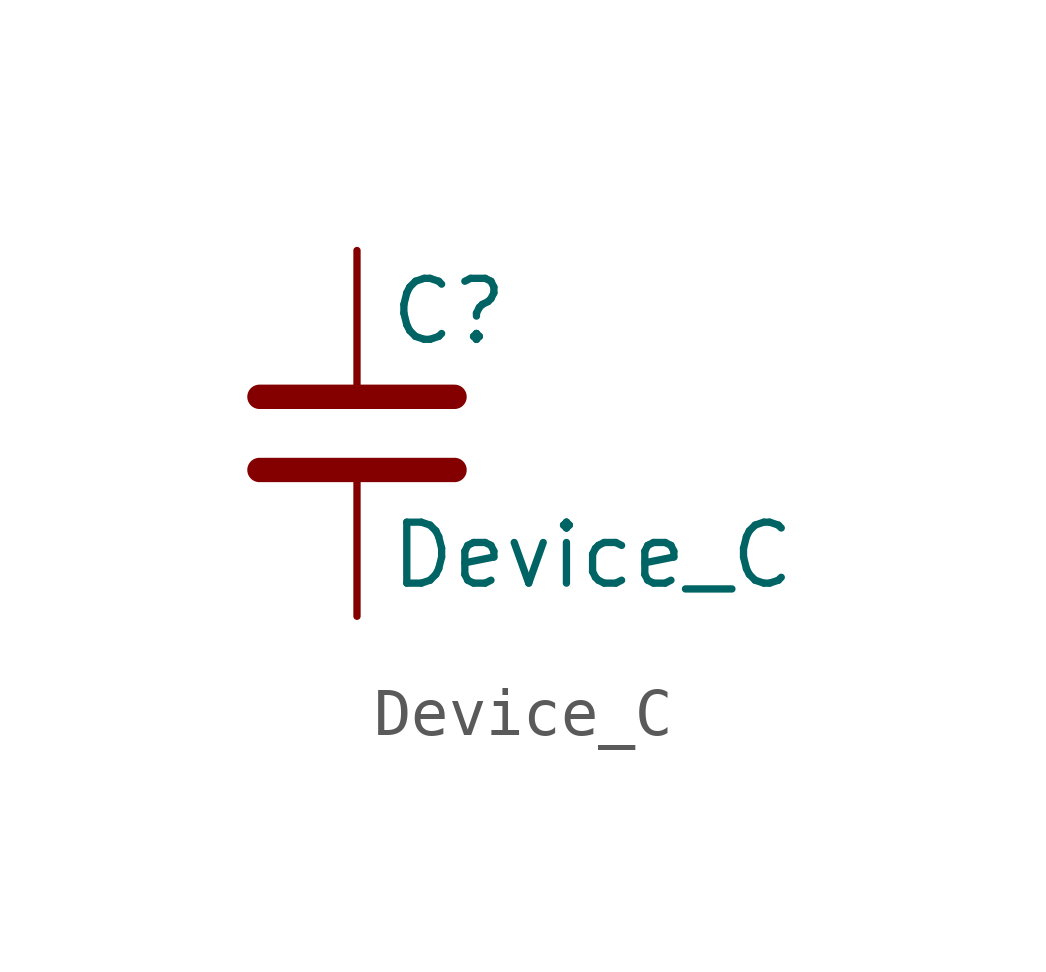
<source format=kicad_sym>
(kicad_symbol_lib
  (version 20220914)
  (generator kicad_symbol_editor)
  (symbol "Device_C"
    (pin_numbers hide)
    (pin_names
      (offset 0.254))
    (property "Reference" "C"
      (at 0.635 2.54 0)
      (effects (font (size 1.27 1.27)) (justify left)))
    (property "Value" "Device_C"
      (at 0.635 -2.54 0)
      (effects (font (size 1.27 1.27)) (justify left)))
    (symbol "Device_C_0_1"
      (polyline (pts (xy -2.032 -0.762) (xy 2.032 -0.762)) (stroke (width 0.508) (type solid)) (fill (type none)))
      (polyline (pts (xy -2.032 0.762) (xy 2.032 0.762)) (stroke (width 0.508) (type solid)) (fill (type none))))
    (symbol "Device_C_1_1"
      (pin passive line (at 0 3.81 270) (length 2.794) (name "~" (effects (font (size 1.27 1.27)))) (number "1" (effects (font (size 1.27 1.27)))))
      (pin passive line (at 0 -3.81 90) (length 2.794) (name "~" (effects (font (size 1.27 1.27)))) (number "2" (effects (font (size 1.27 1.27))))))))
</source>
